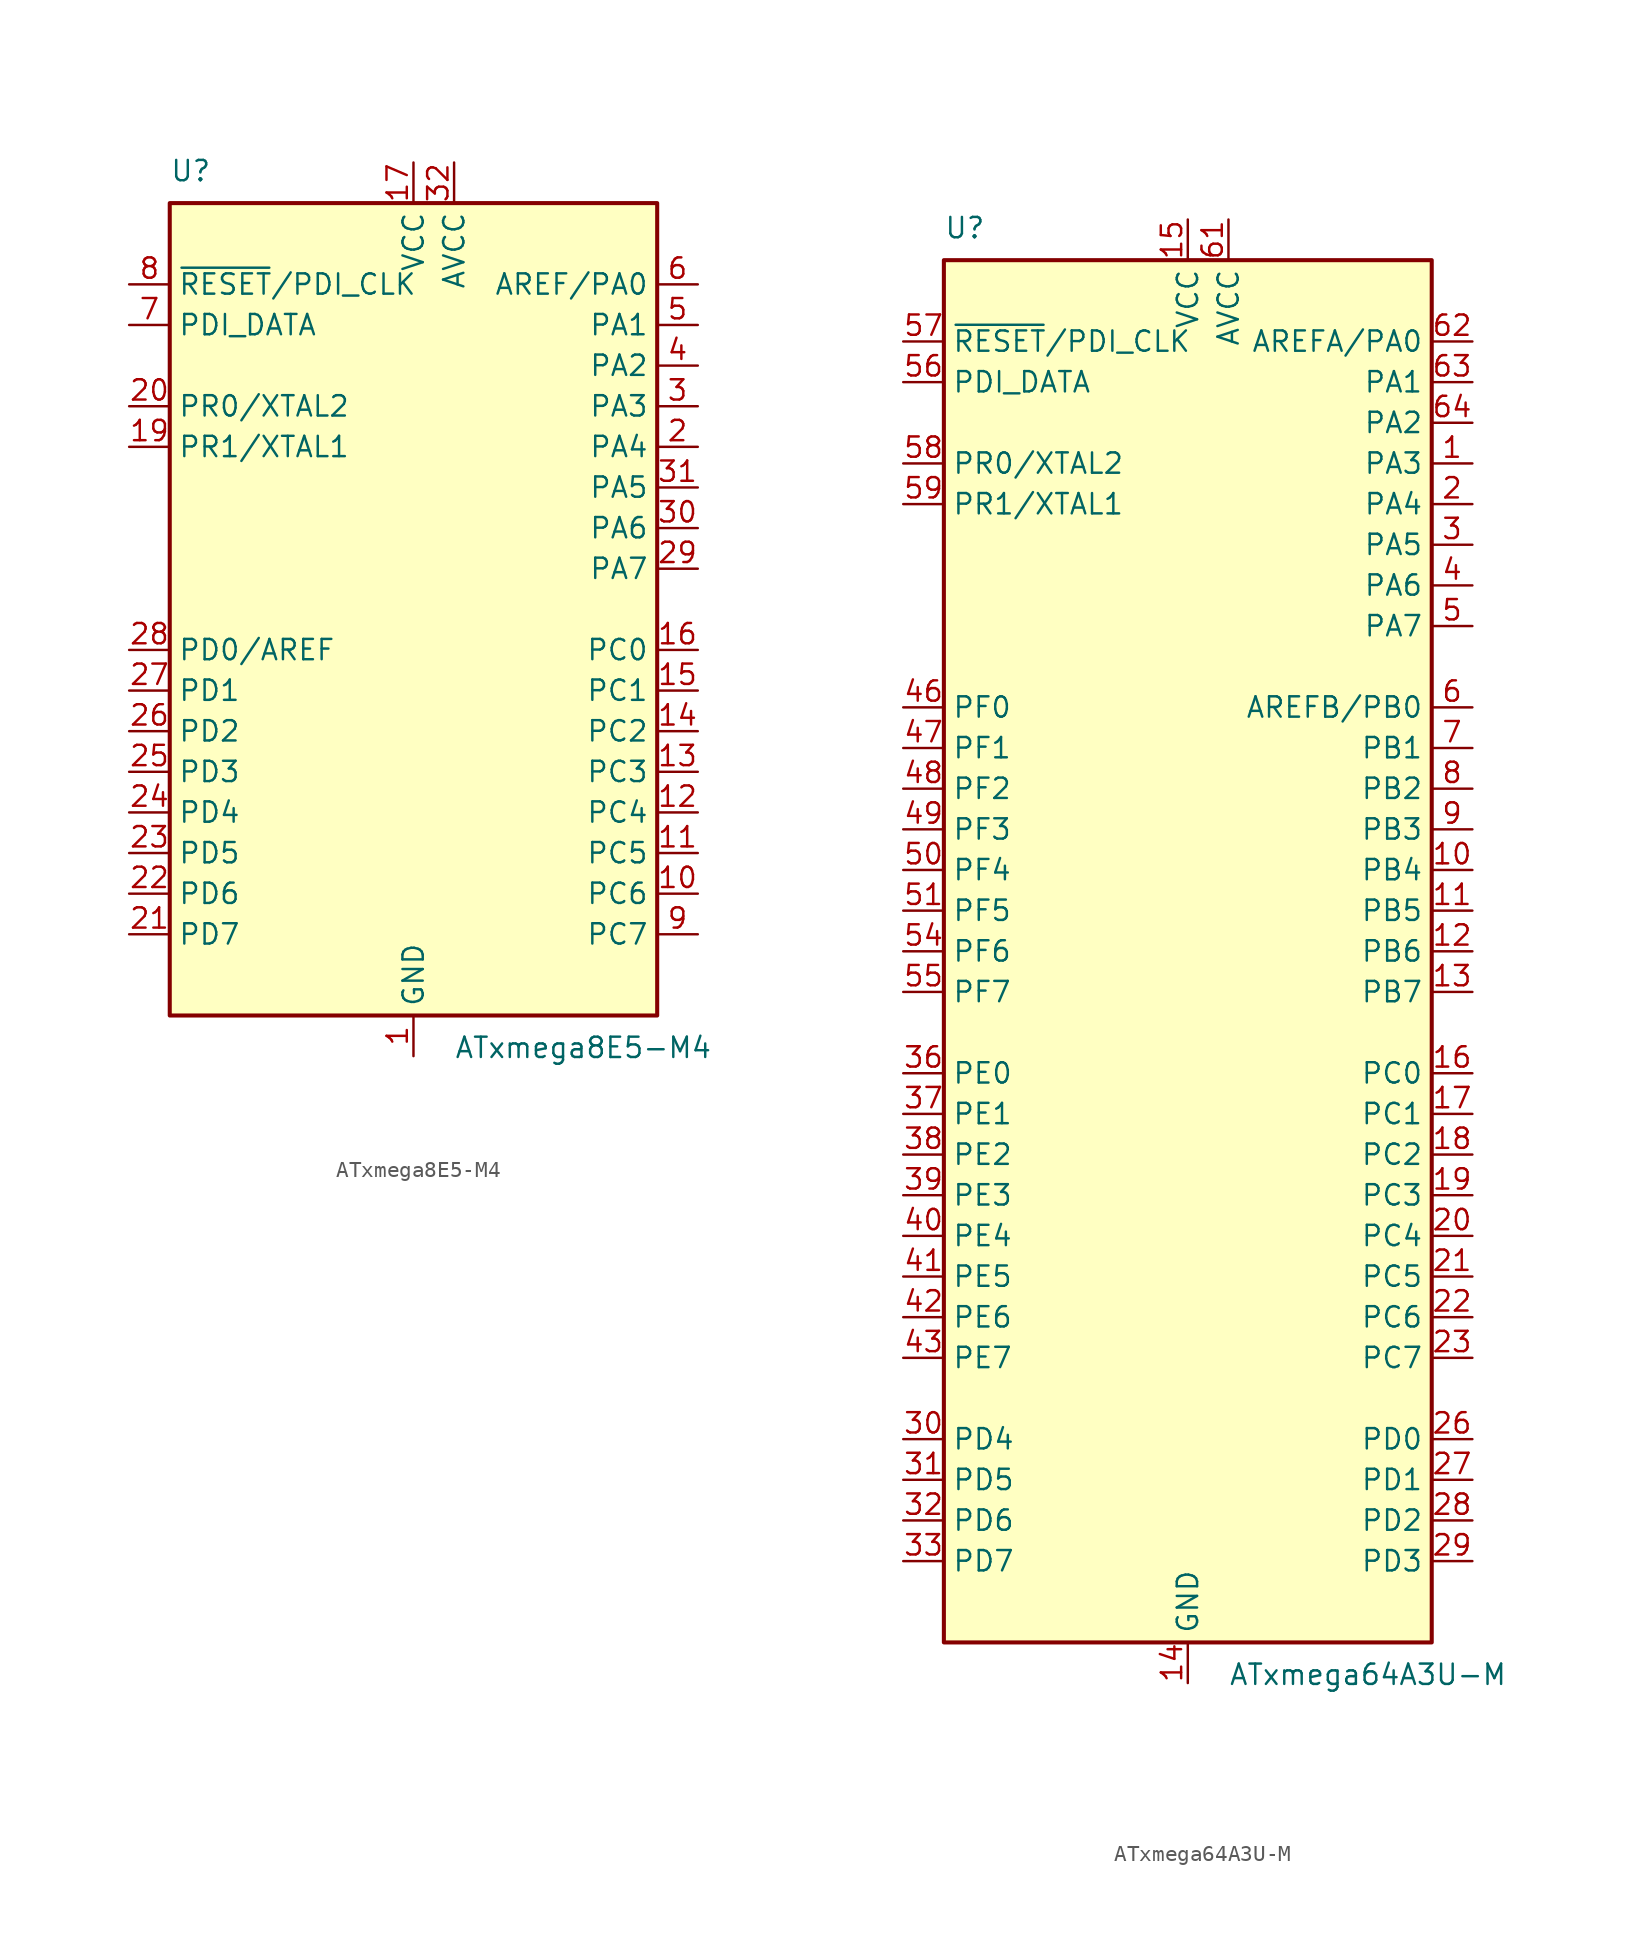
<source format=kicad_sym>
(kicad_symbol_lib
  (version 20241209)
  (generator "kicad_symbol_editor")
  (generator_version "9.0")
  (symbol "ATxmega8E5-M4"
    (property "Reference" "U"
      (at -15.24 26.67 0)
      (effects (font (size 1.27 1.27)) (justify left bottom)))
    (property "Value" "ATxmega8E5-M4"
      (at 2.54 -26.67 0)
      (effects (font (size 1.27 1.27)) (justify left top)))
    (symbol "ATxmega8E5-M4_0_1"
      (rectangle (start -15.24 -25.4) (end 15.24 25.4) (stroke (width 0.254) (type default)) (fill (type background))))
    (symbol "ATxmega8E5-M4_1_1"
      (pin input line (at -17.78 20.32 0) (length 2.54) (name "~{RESET}/PDI_CLK" (effects (font (size 1.27 1.27)))) (number "8" (effects (font (size 1.27 1.27)))))
      (pin bidirectional line (at -17.78 17.78 0) (length 2.54) (name "PDI_DATA" (effects (font (size 1.27 1.27)))) (number "7" (effects (font (size 1.27 1.27)))))
      (pin bidirectional line (at -17.78 12.7 0) (length 2.54) (name "PR0/XTAL2" (effects (font (size 1.27 1.27)))) (number "20" (effects (font (size 1.27 1.27)))))
      (pin bidirectional line (at -17.78 10.16 0) (length 2.54) (name "PR1/XTAL1" (effects (font (size 1.27 1.27)))) (number "19" (effects (font (size 1.27 1.27)))))
      (pin bidirectional line (at -17.78 -2.54 0) (length 2.54) (name "PD0/AREF" (effects (font (size 1.27 1.27)))) (number "28" (effects (font (size 1.27 1.27)))))
      (pin bidirectional line (at -17.78 -5.08 0) (length 2.54) (name "PD1" (effects (font (size 1.27 1.27)))) (number "27" (effects (font (size 1.27 1.27)))))
      (pin bidirectional line (at -17.78 -7.62 0) (length 2.54) (name "PD2" (effects (font (size 1.27 1.27)))) (number "26" (effects (font (size 1.27 1.27)))))
      (pin bidirectional line (at -17.78 -10.16 0) (length 2.54) (name "PD3" (effects (font (size 1.27 1.27)))) (number "25" (effects (font (size 1.27 1.27)))))
      (pin bidirectional line (at -17.78 -12.7 0) (length 2.54) (name "PD4" (effects (font (size 1.27 1.27)))) (number "24" (effects (font (size 1.27 1.27)))))
      (pin bidirectional line (at -17.78 -15.24 0) (length 2.54) (name "PD5" (effects (font (size 1.27 1.27)))) (number "23" (effects (font (size 1.27 1.27)))))
      (pin bidirectional line (at -17.78 -17.78 0) (length 2.54) (name "PD6" (effects (font (size 1.27 1.27)))) (number "22" (effects (font (size 1.27 1.27)))))
      (pin bidirectional line (at -17.78 -20.32 0) (length 2.54) (name "PD7" (effects (font (size 1.27 1.27)))) (number "21" (effects (font (size 1.27 1.27)))))
      (pin power_in line (at 0 27.94 270) (length 2.54) (name "VCC" (effects (font (size 1.27 1.27)))) (number "17" (effects (font (size 1.27 1.27)))))
      (pin power_in line (at 0 -27.94 90) (length 2.54) (name "GND" (effects (font (size 1.27 1.27)))) (number "1" (effects (font (size 1.27 1.27)))))
      (pin passive line (at 0 -27.94 90) (length 2.54) (hide yes) (name "GND" (effects (font (size 1.27 1.27)))) (number "18" (effects (font (size 1.27 1.27)))))
      (pin passive line (at 0 -27.94 90) (length 2.54) (hide yes) (name "GND" (effects (font (size 1.27 1.27)))) (number "33" (effects (font (size 1.27 1.27)))))
      (pin power_in line (at 2.54 27.94 270) (length 2.54) (name "AVCC" (effects (font (size 1.27 1.27)))) (number "32" (effects (font (size 1.27 1.27)))))
      (pin bidirectional line (at 17.78 20.32 180) (length 2.54) (name "AREF/PA0" (effects (font (size 1.27 1.27)))) (number "6" (effects (font (size 1.27 1.27)))))
      (pin bidirectional line (at 17.78 17.78 180) (length 2.54) (name "PA1" (effects (font (size 1.27 1.27)))) (number "5" (effects (font (size 1.27 1.27)))))
      (pin bidirectional line (at 17.78 15.24 180) (length 2.54) (name "PA2" (effects (font (size 1.27 1.27)))) (number "4" (effects (font (size 1.27 1.27)))))
      (pin bidirectional line (at 17.78 12.7 180) (length 2.54) (name "PA3" (effects (font (size 1.27 1.27)))) (number "3" (effects (font (size 1.27 1.27)))))
      (pin bidirectional line (at 17.78 10.16 180) (length 2.54) (name "PA4" (effects (font (size 1.27 1.27)))) (number "2" (effects (font (size 1.27 1.27)))))
      (pin bidirectional line (at 17.78 7.62 180) (length 2.54) (name "PA5" (effects (font (size 1.27 1.27)))) (number "31" (effects (font (size 1.27 1.27)))))
      (pin bidirectional line (at 17.78 5.08 180) (length 2.54) (name "PA6" (effects (font (size 1.27 1.27)))) (number "30" (effects (font (size 1.27 1.27)))))
      (pin bidirectional line (at 17.78 2.54 180) (length 2.54) (name "PA7" (effects (font (size 1.27 1.27)))) (number "29" (effects (font (size 1.27 1.27)))))
      (pin bidirectional line (at 17.78 -2.54 180) (length 2.54) (name "PC0" (effects (font (size 1.27 1.27)))) (number "16" (effects (font (size 1.27 1.27)))))
      (pin bidirectional line (at 17.78 -5.08 180) (length 2.54) (name "PC1" (effects (font (size 1.27 1.27)))) (number "15" (effects (font (size 1.27 1.27)))))
      (pin bidirectional line (at 17.78 -7.62 180) (length 2.54) (name "PC2" (effects (font (size 1.27 1.27)))) (number "14" (effects (font (size 1.27 1.27)))))
      (pin bidirectional line (at 17.78 -10.16 180) (length 2.54) (name "PC3" (effects (font (size 1.27 1.27)))) (number "13" (effects (font (size 1.27 1.27)))))
      (pin bidirectional line (at 17.78 -12.7 180) (length 2.54) (name "PC4" (effects (font (size 1.27 1.27)))) (number "12" (effects (font (size 1.27 1.27)))))
      (pin bidirectional line (at 17.78 -15.24 180) (length 2.54) (name "PC5" (effects (font (size 1.27 1.27)))) (number "11" (effects (font (size 1.27 1.27)))))
      (pin bidirectional line (at 17.78 -17.78 180) (length 2.54) (name "PC6" (effects (font (size 1.27 1.27)))) (number "10" (effects (font (size 1.27 1.27)))))
      (pin bidirectional line (at 17.78 -20.32 180) (length 2.54) (name "PC7" (effects (font (size 1.27 1.27)))) (number "9" (effects (font (size 1.27 1.27)))))))
  (symbol "ATxmega64A3U-M"
    (property "Reference" "U"
      (at -15.24 44.45 0)
      (effects (font (size 1.27 1.27)) (justify left bottom)))
    (property "Value" "ATxmega64A3U-M"
      (at 2.54 -44.45 0)
      (effects (font (size 1.27 1.27)) (justify left top)))
    (symbol "ATxmega64A3U-M_0_1"
      (rectangle (start -15.24 -43.18) (end 15.24 43.18) (stroke (width 0.254) (type default)) (fill (type background))))
    (symbol "ATxmega64A3U-M_1_1"
      (pin input line (at -17.78 38.1 0) (length 2.54) (name "~{RESET}/PDI_CLK" (effects (font (size 1.27 1.27)))) (number "57" (effects (font (size 1.27 1.27)))))
      (pin bidirectional line (at -17.78 35.56 0) (length 2.54) (name "PDI_DATA" (effects (font (size 1.27 1.27)))) (number "56" (effects (font (size 1.27 1.27)))))
      (pin bidirectional line (at -17.78 30.48 0) (length 2.54) (name "PR0/XTAL2" (effects (font (size 1.27 1.27)))) (number "58" (effects (font (size 1.27 1.27)))))
      (pin bidirectional line (at -17.78 27.94 0) (length 2.54) (name "PR1/XTAL1" (effects (font (size 1.27 1.27)))) (number "59" (effects (font (size 1.27 1.27)))))
      (pin bidirectional line (at -17.78 15.24 0) (length 2.54) (name "PF0" (effects (font (size 1.27 1.27)))) (number "46" (effects (font (size 1.27 1.27)))))
      (pin bidirectional line (at -17.78 12.7 0) (length 2.54) (name "PF1" (effects (font (size 1.27 1.27)))) (number "47" (effects (font (size 1.27 1.27)))))
      (pin bidirectional line (at -17.78 10.16 0) (length 2.54) (name "PF2" (effects (font (size 1.27 1.27)))) (number "48" (effects (font (size 1.27 1.27)))))
      (pin bidirectional line (at -17.78 7.62 0) (length 2.54) (name "PF3" (effects (font (size 1.27 1.27)))) (number "49" (effects (font (size 1.27 1.27)))))
      (pin bidirectional line (at -17.78 5.08 0) (length 2.54) (name "PF4" (effects (font (size 1.27 1.27)))) (number "50" (effects (font (size 1.27 1.27)))))
      (pin bidirectional line (at -17.78 2.54 0) (length 2.54) (name "PF5" (effects (font (size 1.27 1.27)))) (number "51" (effects (font (size 1.27 1.27)))))
      (pin bidirectional line (at -17.78 0 0) (length 2.54) (name "PF6" (effects (font (size 1.27 1.27)))) (number "54" (effects (font (size 1.27 1.27)))))
      (pin bidirectional line (at -17.78 -2.54 0) (length 2.54) (name "PF7" (effects (font (size 1.27 1.27)))) (number "55" (effects (font (size 1.27 1.27)))))
      (pin bidirectional line (at -17.78 -7.62 0) (length 2.54) (name "PE0" (effects (font (size 1.27 1.27)))) (number "36" (effects (font (size 1.27 1.27)))))
      (pin bidirectional line (at -17.78 -10.16 0) (length 2.54) (name "PE1" (effects (font (size 1.27 1.27)))) (number "37" (effects (font (size 1.27 1.27)))))
      (pin bidirectional line (at -17.78 -12.7 0) (length 2.54) (name "PE2" (effects (font (size 1.27 1.27)))) (number "38" (effects (font (size 1.27 1.27)))))
      (pin bidirectional line (at -17.78 -15.24 0) (length 2.54) (name "PE3" (effects (font (size 1.27 1.27)))) (number "39" (effects (font (size 1.27 1.27)))))
      (pin bidirectional line (at -17.78 -17.78 0) (length 2.54) (name "PE4" (effects (font (size 1.27 1.27)))) (number "40" (effects (font (size 1.27 1.27)))))
      (pin bidirectional line (at -17.78 -20.32 0) (length 2.54) (name "PE5" (effects (font (size 1.27 1.27)))) (number "41" (effects (font (size 1.27 1.27)))))
      (pin bidirectional line (at -17.78 -22.86 0) (length 2.54) (name "PE6" (effects (font (size 1.27 1.27)))) (number "42" (effects (font (size 1.27 1.27)))))
      (pin bidirectional line (at -17.78 -25.4 0) (length 2.54) (name "PE7" (effects (font (size 1.27 1.27)))) (number "43" (effects (font (size 1.27 1.27)))))
      (pin bidirectional line (at -17.78 -30.48 0) (length 2.54) (name "PD4" (effects (font (size 1.27 1.27)))) (number "30" (effects (font (size 1.27 1.27)))))
      (pin bidirectional line (at -17.78 -33.02 0) (length 2.54) (name "PD5" (effects (font (size 1.27 1.27)))) (number "31" (effects (font (size 1.27 1.27)))))
      (pin bidirectional line (at -17.78 -35.56 0) (length 2.54) (name "PD6" (effects (font (size 1.27 1.27)))) (number "32" (effects (font (size 1.27 1.27)))))
      (pin bidirectional line (at -17.78 -38.1 0) (length 2.54) (name "PD7" (effects (font (size 1.27 1.27)))) (number "33" (effects (font (size 1.27 1.27)))))
      (pin power_in line (at 0 45.72 270) (length 2.54) (name "VCC" (effects (font (size 1.27 1.27)))) (number "15" (effects (font (size 1.27 1.27)))))
      (pin passive line (at 0 45.72 270) (length 2.54) (hide yes) (name "VCC" (effects (font (size 1.27 1.27)))) (number "25" (effects (font (size 1.27 1.27)))))
      (pin passive line (at 0 45.72 270) (length 2.54) (hide yes) (name "VCC" (effects (font (size 1.27 1.27)))) (number "35" (effects (font (size 1.27 1.27)))))
      (pin passive line (at 0 45.72 270) (length 2.54) (hide yes) (name "VCC" (effects (font (size 1.27 1.27)))) (number "45" (effects (font (size 1.27 1.27)))))
      (pin passive line (at 0 45.72 270) (length 2.54) (hide yes) (name "VCC" (effects (font (size 1.27 1.27)))) (number "53" (effects (font (size 1.27 1.27)))))
      (pin power_in line (at 0 -45.72 90) (length 2.54) (name "GND" (effects (font (size 1.27 1.27)))) (number "14" (effects (font (size 1.27 1.27)))))
      (pin passive line (at 0 -45.72 90) (length 2.54) (hide yes) (name "GND" (effects (font (size 1.27 1.27)))) (number "24" (effects (font (size 1.27 1.27)))))
      (pin passive line (at 0 -45.72 90) (length 2.54) (hide yes) (name "GND" (effects (font (size 1.27 1.27)))) (number "34" (effects (font (size 1.27 1.27)))))
      (pin passive line (at 0 -45.72 90) (length 2.54) (hide yes) (name "GND" (effects (font (size 1.27 1.27)))) (number "44" (effects (font (size 1.27 1.27)))))
      (pin passive line (at 0 -45.72 90) (length 2.54) (hide yes) (name "GND" (effects (font (size 1.27 1.27)))) (number "52" (effects (font (size 1.27 1.27)))))
      (pin passive line (at 0 -45.72 90) (length 2.54) (hide yes) (name "GND" (effects (font (size 1.27 1.27)))) (number "60" (effects (font (size 1.27 1.27)))))
      (pin passive line (at 0 -45.72 90) (length 2.54) (hide yes) (name "GND" (effects (font (size 1.27 1.27)))) (number "65" (effects (font (size 1.27 1.27)))))
      (pin power_in line (at 2.54 45.72 270) (length 2.54) (name "AVCC" (effects (font (size 1.27 1.27)))) (number "61" (effects (font (size 1.27 1.27)))))
      (pin bidirectional line (at 17.78 38.1 180) (length 2.54) (name "AREFA/PA0" (effects (font (size 1.27 1.27)))) (number "62" (effects (font (size 1.27 1.27)))))
      (pin bidirectional line (at 17.78 35.56 180) (length 2.54) (name "PA1" (effects (font (size 1.27 1.27)))) (number "63" (effects (font (size 1.27 1.27)))))
      (pin bidirectional line (at 17.78 33.02 180) (length 2.54) (name "PA2" (effects (font (size 1.27 1.27)))) (number "64" (effects (font (size 1.27 1.27)))))
      (pin bidirectional line (at 17.78 30.48 180) (length 2.54) (name "PA3" (effects (font (size 1.27 1.27)))) (number "1" (effects (font (size 1.27 1.27)))))
      (pin bidirectional line (at 17.78 27.94 180) (length 2.54) (name "PA4" (effects (font (size 1.27 1.27)))) (number "2" (effects (font (size 1.27 1.27)))))
      (pin bidirectional line (at 17.78 25.4 180) (length 2.54) (name "PA5" (effects (font (size 1.27 1.27)))) (number "3" (effects (font (size 1.27 1.27)))))
      (pin bidirectional line (at 17.78 22.86 180) (length 2.54) (name "PA6" (effects (font (size 1.27 1.27)))) (number "4" (effects (font (size 1.27 1.27)))))
      (pin bidirectional line (at 17.78 20.32 180) (length 2.54) (name "PA7" (effects (font (size 1.27 1.27)))) (number "5" (effects (font (size 1.27 1.27)))))
      (pin bidirectional line (at 17.78 15.24 180) (length 2.54) (name "AREFB/PB0" (effects (font (size 1.27 1.27)))) (number "6" (effects (font (size 1.27 1.27)))))
      (pin bidirectional line (at 17.78 12.7 180) (length 2.54) (name "PB1" (effects (font (size 1.27 1.27)))) (number "7" (effects (font (size 1.27 1.27)))))
      (pin bidirectional line (at 17.78 10.16 180) (length 2.54) (name "PB2" (effects (font (size 1.27 1.27)))) (number "8" (effects (font (size 1.27 1.27)))))
      (pin bidirectional line (at 17.78 7.62 180) (length 2.54) (name "PB3" (effects (font (size 1.27 1.27)))) (number "9" (effects (font (size 1.27 1.27)))))
      (pin bidirectional line (at 17.78 5.08 180) (length 2.54) (name "PB4" (effects (font (size 1.27 1.27)))) (number "10" (effects (font (size 1.27 1.27)))))
      (pin bidirectional line (at 17.78 2.54 180) (length 2.54) (name "PB5" (effects (font (size 1.27 1.27)))) (number "11" (effects (font (size 1.27 1.27)))))
      (pin bidirectional line (at 17.78 0 180) (length 2.54) (name "PB6" (effects (font (size 1.27 1.27)))) (number "12" (effects (font (size 1.27 1.27)))))
      (pin bidirectional line (at 17.78 -2.54 180) (length 2.54) (name "PB7" (effects (font (size 1.27 1.27)))) (number "13" (effects (font (size 1.27 1.27)))))
      (pin bidirectional line (at 17.78 -7.62 180) (length 2.54) (name "PC0" (effects (font (size 1.27 1.27)))) (number "16" (effects (font (size 1.27 1.27)))))
      (pin bidirectional line (at 17.78 -10.16 180) (length 2.54) (name "PC1" (effects (font (size 1.27 1.27)))) (number "17" (effects (font (size 1.27 1.27)))))
      (pin bidirectional line (at 17.78 -12.7 180) (length 2.54) (name "PC2" (effects (font (size 1.27 1.27)))) (number "18" (effects (font (size 1.27 1.27)))))
      (pin bidirectional line (at 17.78 -15.24 180) (length 2.54) (name "PC3" (effects (font (size 1.27 1.27)))) (number "19" (effects (font (size 1.27 1.27)))))
      (pin bidirectional line (at 17.78 -17.78 180) (length 2.54) (name "PC4" (effects (font (size 1.27 1.27)))) (number "20" (effects (font (size 1.27 1.27)))))
      (pin bidirectional line (at 17.78 -20.32 180) (length 2.54) (name "PC5" (effects (font (size 1.27 1.27)))) (number "21" (effects (font (size 1.27 1.27)))))
      (pin bidirectional line (at 17.78 -22.86 180) (length 2.54) (name "PC6" (effects (font (size 1.27 1.27)))) (number "22" (effects (font (size 1.27 1.27)))))
      (pin bidirectional line (at 17.78 -25.4 180) (length 2.54) (name "PC7" (effects (font (size 1.27 1.27)))) (number "23" (effects (font (size 1.27 1.27)))))
      (pin bidirectional line (at 17.78 -30.48 180) (length 2.54) (name "PD0" (effects (font (size 1.27 1.27)))) (number "26" (effects (font (size 1.27 1.27)))))
      (pin bidirectional line (at 17.78 -33.02 180) (length 2.54) (name "PD1" (effects (font (size 1.27 1.27)))) (number "27" (effects (font (size 1.27 1.27)))))
      (pin bidirectional line (at 17.78 -35.56 180) (length 2.54) (name "PD2" (effects (font (size 1.27 1.27)))) (number "28" (effects (font (size 1.27 1.27)))))
      (pin bidirectional line (at 17.78 -38.1 180) (length 2.54) (name "PD3" (effects (font (size 1.27 1.27)))) (number "29" (effects (font (size 1.27 1.27))))))))
</source>
